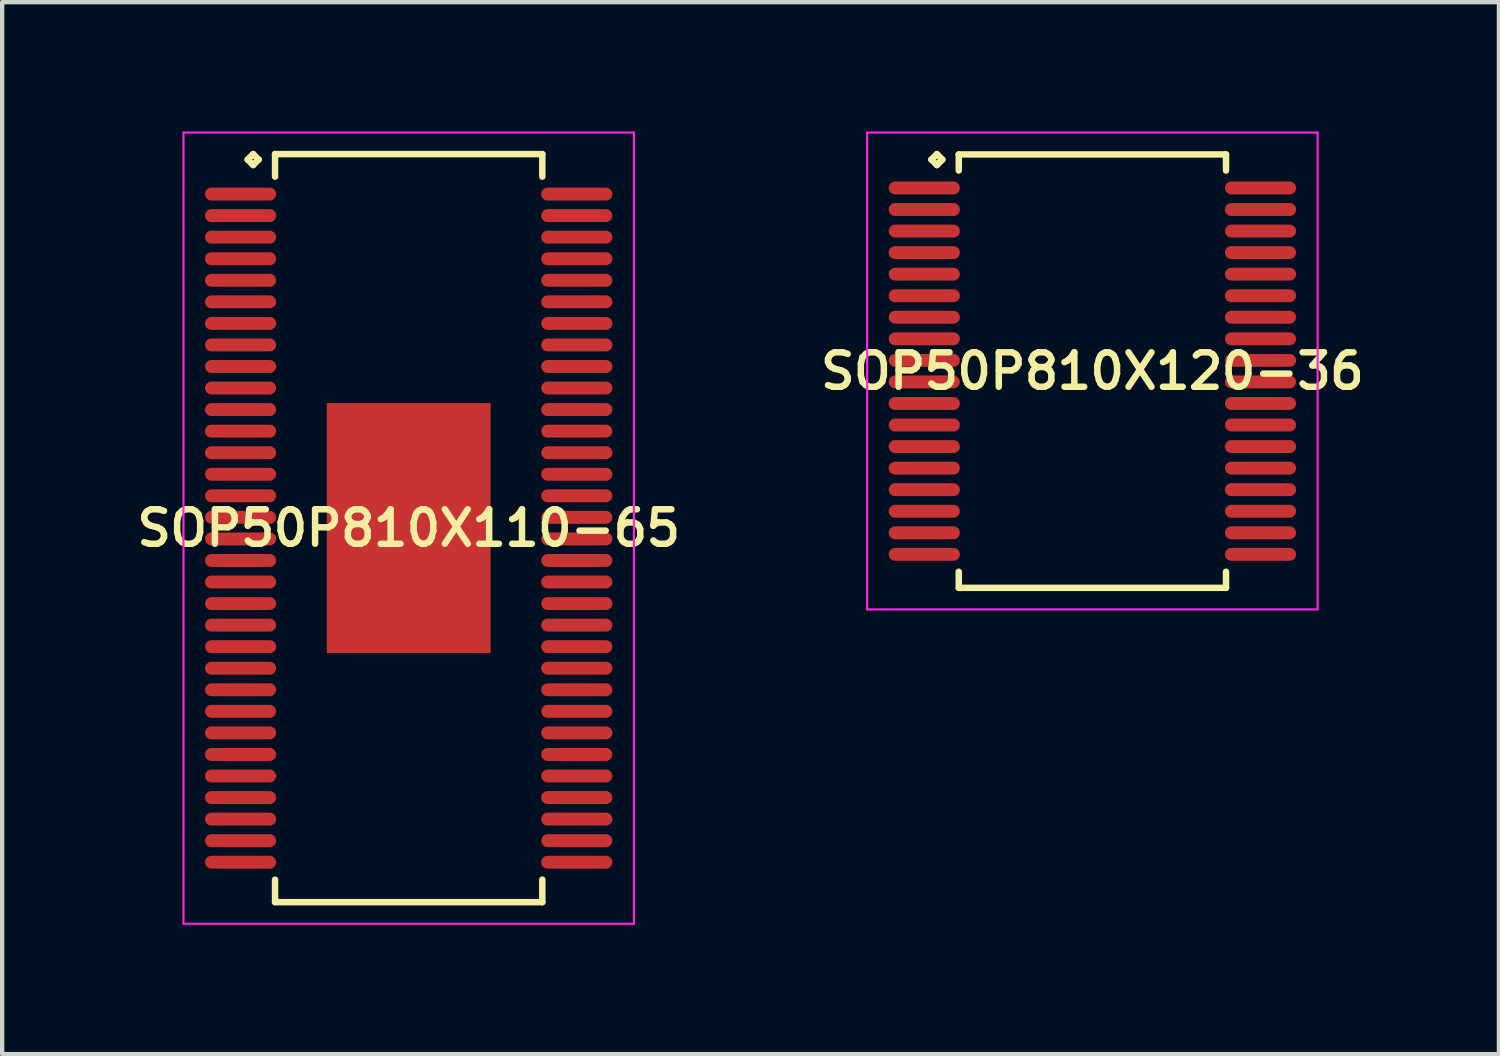
<source format=kicad_pcb>
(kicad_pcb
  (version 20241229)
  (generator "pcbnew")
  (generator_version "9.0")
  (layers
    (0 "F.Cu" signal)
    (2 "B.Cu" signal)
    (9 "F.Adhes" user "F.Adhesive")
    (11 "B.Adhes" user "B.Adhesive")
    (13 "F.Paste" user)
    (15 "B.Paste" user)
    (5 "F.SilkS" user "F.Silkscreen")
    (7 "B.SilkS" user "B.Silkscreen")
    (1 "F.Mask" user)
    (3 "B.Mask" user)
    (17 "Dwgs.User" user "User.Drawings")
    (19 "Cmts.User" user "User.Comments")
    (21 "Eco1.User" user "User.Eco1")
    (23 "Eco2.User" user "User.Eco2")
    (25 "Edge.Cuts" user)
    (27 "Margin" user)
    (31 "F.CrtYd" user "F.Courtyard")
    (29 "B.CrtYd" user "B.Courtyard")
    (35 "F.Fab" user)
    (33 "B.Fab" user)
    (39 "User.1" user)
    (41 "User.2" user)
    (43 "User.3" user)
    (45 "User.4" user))
  (footprint "SOP50P810X120-36"
    (layer "F.Cu")
    (at 22.292 5.56)
    (property "Reference" "SOP50P810X120-36" (at 0 0 0) (layer "F.SilkS") (effects (font (size 0.8 0.8) (thickness 0.15))))
    (attr smd)
    (fp_line (start -3.735 -4.908) (end -3.608 -5.035) (stroke (width 0.15) (type solid)) (layer "F.SilkS"))
    (fp_line (start -3.608 -5.035) (end -3.481 -4.908) (stroke (width 0.15) (type solid)) (layer "F.SilkS"))
    (fp_line (start -3.608 -4.781) (end -3.735 -4.908) (stroke (width 0.15) (type solid)) (layer "F.SilkS"))
    (fp_line (start -3.481 -4.908) (end -3.608 -4.781) (stroke (width 0.15) (type solid)) (layer "F.SilkS"))
    (fp_line (start -3.1 -5.027) (end 3.1 -5.027) (stroke (width 0.15) (type solid)) (layer "F.SilkS"))
    (fp_line (start -3.1 -4.654) (end -3.1 -5.027) (stroke (width 0.15) (type solid)) (layer "F.SilkS"))
    (fp_line (start -3.1 4.654) (end -3.1 5.027) (stroke (width 0.15) (type solid)) (layer "F.SilkS"))
    (fp_line (start -3.1 5.027) (end 3.1 5.027) (stroke (width 0.15) (type solid)) (layer "F.SilkS"))
    (fp_line (start 3.1 -5.027) (end 3.1 -4.654) (stroke (width 0.15) (type solid)) (layer "F.SilkS"))
    (fp_line (start 3.1 5.027) (end 3.1 4.654) (stroke (width 0.15) (type solid)) (layer "F.SilkS"))
    (fp_line (start -5.225 -5.535) (end 5.225 -5.535) (stroke (width 0.05) (type solid)) (layer "F.CrtYd"))
    (fp_line (start -5.225 5.527) (end -5.225 -5.535) (stroke (width 0.05) (type solid)) (layer "F.CrtYd"))
    (fp_line (start 5.225 -5.535) (end 5.225 5.527) (stroke (width 0.05) (type solid)) (layer "F.CrtYd"))
    (fp_line (start 5.225 5.527) (end -5.225 5.527) (stroke (width 0.05) (type solid)) (layer "F.CrtYd"))
    (pad "1" smd oval (at -3.9 -4.25) (size 1.65 0.3) (layers "F.Cu" "F.Mask" "F.Paste"))
    (pad "2" smd oval (at -3.9 -3.75) (size 1.65 0.3) (layers "F.Cu" "F.Mask" "F.Paste"))
    (pad "3" smd oval (at -3.9 -3.25) (size 1.65 0.3) (layers "F.Cu" "F.Mask" "F.Paste"))
    (pad "4" smd oval (at -3.9 -2.75) (size 1.65 0.3) (layers "F.Cu" "F.Mask" "F.Paste"))
    (pad "5" smd oval (at -3.9 -2.25) (size 1.65 0.3) (layers "F.Cu" "F.Mask" "F.Paste"))
    (pad "6" smd oval (at -3.9 -1.75) (size 1.65 0.3) (layers "F.Cu" "F.Mask" "F.Paste"))
    (pad "7" smd oval (at -3.9 -1.25) (size 1.65 0.3) (layers "F.Cu" "F.Mask" "F.Paste"))
    (pad "8" smd oval (at -3.9 -0.75) (size 1.65 0.3) (layers "F.Cu" "F.Mask" "F.Paste"))
    (pad "9" smd oval (at -3.9 -0.25) (size 1.65 0.3) (layers "F.Cu" "F.Mask" "F.Paste"))
    (pad "10" smd oval (at -3.9 0.25) (size 1.65 0.3) (layers "F.Cu" "F.Mask" "F.Paste"))
    (pad "11" smd oval (at -3.9 0.75) (size 1.65 0.3) (layers "F.Cu" "F.Mask" "F.Paste"))
    (pad "12" smd oval (at -3.9 1.25) (size 1.65 0.3) (layers "F.Cu" "F.Mask" "F.Paste"))
    (pad "13" smd oval (at -3.9 1.75) (size 1.65 0.3) (layers "F.Cu" "F.Mask" "F.Paste"))
    (pad "14" smd oval (at -3.9 2.25) (size 1.65 0.3) (layers "F.Cu" "F.Mask" "F.Paste"))
    (pad "15" smd oval (at -3.9 2.75) (size 1.65 0.3) (layers "F.Cu" "F.Mask" "F.Paste"))
    (pad "16" smd oval (at -3.9 3.25) (size 1.65 0.3) (layers "F.Cu" "F.Mask" "F.Paste"))
    (pad "17" smd oval (at -3.9 3.75) (size 1.65 0.3) (layers "F.Cu" "F.Mask" "F.Paste"))
    (pad "18" smd oval (at -3.9 4.25) (size 1.65 0.3) (layers "F.Cu" "F.Mask" "F.Paste"))
    (pad "19" smd oval (at 3.9 4.25) (size 1.65 0.3) (layers "F.Cu" "F.Mask" "F.Paste"))
    (pad "20" smd oval (at 3.9 3.75) (size 1.65 0.3) (layers "F.Cu" "F.Mask" "F.Paste"))
    (pad "21" smd oval (at 3.9 3.25) (size 1.65 0.3) (layers "F.Cu" "F.Mask" "F.Paste"))
    (pad "22" smd oval (at 3.9 2.75) (size 1.65 0.3) (layers "F.Cu" "F.Mask" "F.Paste"))
    (pad "23" smd oval (at 3.9 2.25) (size 1.65 0.3) (layers "F.Cu" "F.Mask" "F.Paste"))
    (pad "24" smd oval (at 3.9 1.75) (size 1.65 0.3) (layers "F.Cu" "F.Mask" "F.Paste"))
    (pad "25" smd oval (at 3.9 1.25) (size 1.65 0.3) (layers "F.Cu" "F.Mask" "F.Paste"))
    (pad "26" smd oval (at 3.9 0.75) (size 1.65 0.3) (layers "F.Cu" "F.Mask" "F.Paste"))
    (pad "27" smd oval (at 3.9 0.25) (size 1.65 0.3) (layers "F.Cu" "F.Mask" "F.Paste"))
    (pad "28" smd oval (at 3.9 -0.25) (size 1.65 0.3) (layers "F.Cu" "F.Mask" "F.Paste"))
    (pad "29" smd oval (at 3.9 -0.75) (size 1.65 0.3) (layers "F.Cu" "F.Mask" "F.Paste"))
    (pad "30" smd oval (at 3.9 -1.25) (size 1.65 0.3) (layers "F.Cu" "F.Mask" "F.Paste"))
    (pad "31" smd oval (at 3.9 -1.75) (size 1.65 0.3) (layers "F.Cu" "F.Mask" "F.Paste"))
    (pad "32" smd oval (at 3.9 -2.25) (size 1.65 0.3) (layers "F.Cu" "F.Mask" "F.Paste"))
    (pad "33" smd oval (at 3.9 -2.75) (size 1.65 0.3) (layers "F.Cu" "F.Mask" "F.Paste"))
    (pad "34" smd oval (at 3.9 -3.25) (size 1.65 0.3) (layers "F.Cu" "F.Mask" "F.Paste"))
    (pad "35" smd oval (at 3.9 -3.75) (size 1.65 0.3) (layers "F.Cu" "F.Mask" "F.Paste"))
    (pad "36" smd oval (at 3.9 -4.25) (size 1.65 0.3) (layers "F.Cu" "F.Mask" "F.Paste")))
  (footprint "SOP50P810X110-65"
    (layer "F.Cu")
    (at 6.431 9.202)
    (property "Reference" "SOP50P810X110-65" (at 0 0 0) (layer "F.SilkS") (effects (font (size 0.8 0.8) (thickness 0.15))))
    (attr smd)
    (fp_line (start -3.735 -8.55) (end -3.608 -8.677) (stroke (width 0.15) (type solid)) (layer "F.SilkS"))
    (fp_line (start -3.608 -8.677) (end -3.481 -8.55) (stroke (width 0.15) (type solid)) (layer "F.SilkS"))
    (fp_line (start -3.608 -8.423) (end -3.735 -8.55) (stroke (width 0.15) (type solid)) (layer "F.SilkS"))
    (fp_line (start -3.481 -8.55) (end -3.608 -8.423) (stroke (width 0.15) (type solid)) (layer "F.SilkS"))
    (fp_line (start -3.1 -8.677) (end 3.1 -8.677) (stroke (width 0.15) (type solid)) (layer "F.SilkS"))
    (fp_line (start -3.1 -8.154) (end -3.1 -8.677) (stroke (width 0.15) (type solid)) (layer "F.SilkS"))
    (fp_line (start -3.1 8.154) (end -3.1 8.677) (stroke (width 0.15) (type solid)) (layer "F.SilkS"))
    (fp_line (start -3.1 8.677) (end 3.1 8.677) (stroke (width 0.15) (type solid)) (layer "F.SilkS"))
    (fp_line (start 3.1 -8.677) (end 3.1 -8.154) (stroke (width 0.15) (type solid)) (layer "F.SilkS"))
    (fp_line (start 3.1 8.677) (end 3.1 8.154) (stroke (width 0.15) (type solid)) (layer "F.SilkS"))
    (fp_line (start -5.225 -9.177) (end 5.225 -9.177) (stroke (width 0.05) (type solid)) (layer "F.CrtYd"))
    (fp_line (start -5.225 9.177) (end -5.225 -9.177) (stroke (width 0.05) (type solid)) (layer "F.CrtYd"))
    (fp_line (start 5.225 -9.177) (end 5.225 9.177) (stroke (width 0.05) (type solid)) (layer "F.CrtYd"))
    (fp_line (start 5.225 9.177) (end -5.225 9.177) (stroke (width 0.05) (type solid)) (layer "F.CrtYd"))
    (pad "1" smd oval (at -3.9 -7.75) (size 1.65 0.3) (layers "F.Cu" "F.Mask" "F.Paste"))
    (pad "2" smd oval (at -3.9 -7.25) (size 1.65 0.3) (layers "F.Cu" "F.Mask" "F.Paste"))
    (pad "3" smd oval (at -3.9 -6.75) (size 1.65 0.3) (layers "F.Cu" "F.Mask" "F.Paste"))
    (pad "4" smd oval (at -3.9 -6.25) (size 1.65 0.3) (layers "F.Cu" "F.Mask" "F.Paste"))
    (pad "5" smd oval (at -3.9 -5.75) (size 1.65 0.3) (layers "F.Cu" "F.Mask" "F.Paste"))
    (pad "6" smd oval (at -3.9 -5.25) (size 1.65 0.3) (layers "F.Cu" "F.Mask" "F.Paste"))
    (pad "7" smd oval (at -3.9 -4.75) (size 1.65 0.3) (layers "F.Cu" "F.Mask" "F.Paste"))
    (pad "8" smd oval (at -3.9 -4.25) (size 1.65 0.3) (layers "F.Cu" "F.Mask" "F.Paste"))
    (pad "9" smd oval (at -3.9 -3.75) (size 1.65 0.3) (layers "F.Cu" "F.Mask" "F.Paste"))
    (pad "10" smd oval (at -3.9 -3.25) (size 1.65 0.3) (layers "F.Cu" "F.Mask" "F.Paste"))
    (pad "11" smd oval (at -3.9 -2.75) (size 1.65 0.3) (layers "F.Cu" "F.Mask" "F.Paste"))
    (pad "12" smd oval (at -3.9 -2.25) (size 1.65 0.3) (layers "F.Cu" "F.Mask" "F.Paste"))
    (pad "13" smd oval (at -3.9 -1.75) (size 1.65 0.3) (layers "F.Cu" "F.Mask" "F.Paste"))
    (pad "14" smd oval (at -3.9 -1.25) (size 1.65 0.3) (layers "F.Cu" "F.Mask" "F.Paste"))
    (pad "15" smd oval (at -3.9 -0.75) (size 1.65 0.3) (layers "F.Cu" "F.Mask" "F.Paste"))
    (pad "16" smd oval (at -3.9 -0.25) (size 1.65 0.3) (layers "F.Cu" "F.Mask" "F.Paste"))
    (pad "17" smd oval (at -3.9 0.25) (size 1.65 0.3) (layers "F.Cu" "F.Mask" "F.Paste"))
    (pad "18" smd oval (at -3.9 0.75) (size 1.65 0.3) (layers "F.Cu" "F.Mask" "F.Paste"))
    (pad "19" smd oval (at -3.9 1.25) (size 1.65 0.3) (layers "F.Cu" "F.Mask" "F.Paste"))
    (pad "20" smd oval (at -3.9 1.75) (size 1.65 0.3) (layers "F.Cu" "F.Mask" "F.Paste"))
    (pad "21" smd oval (at -3.9 2.25) (size 1.65 0.3) (layers "F.Cu" "F.Mask" "F.Paste"))
    (pad "22" smd oval (at -3.9 2.75) (size 1.65 0.3) (layers "F.Cu" "F.Mask" "F.Paste"))
    (pad "23" smd oval (at -3.9 3.25) (size 1.65 0.3) (layers "F.Cu" "F.Mask" "F.Paste"))
    (pad "24" smd oval (at -3.9 3.75) (size 1.65 0.3) (layers "F.Cu" "F.Mask" "F.Paste"))
    (pad "25" smd oval (at -3.9 4.25) (size 1.65 0.3) (layers "F.Cu" "F.Mask" "F.Paste"))
    (pad "26" smd oval (at -3.9 4.75) (size 1.65 0.3) (layers "F.Cu" "F.Mask" "F.Paste"))
    (pad "27" smd oval (at -3.9 5.25) (size 1.65 0.3) (layers "F.Cu" "F.Mask" "F.Paste"))
    (pad "28" smd oval (at -3.9 5.75) (size 1.65 0.3) (layers "F.Cu" "F.Mask" "F.Paste"))
    (pad "29" smd oval (at -3.9 6.25) (size 1.65 0.3) (layers "F.Cu" "F.Mask" "F.Paste"))
    (pad "30" smd oval (at -3.9 6.75) (size 1.65 0.3) (layers "F.Cu" "F.Mask" "F.Paste"))
    (pad "31" smd oval (at -3.9 7.25) (size 1.65 0.3) (layers "F.Cu" "F.Mask" "F.Paste"))
    (pad "32" smd oval (at -3.9 7.75) (size 1.65 0.3) (layers "F.Cu" "F.Mask" "F.Paste"))
    (pad "33" smd oval (at 3.9 7.75) (size 1.65 0.3) (layers "F.Cu" "F.Mask" "F.Paste"))
    (pad "34" smd oval (at 3.9 7.25) (size 1.65 0.3) (layers "F.Cu" "F.Mask" "F.Paste"))
    (pad "35" smd oval (at 3.9 6.75) (size 1.65 0.3) (layers "F.Cu" "F.Mask" "F.Paste"))
    (pad "36" smd oval (at 3.9 6.25) (size 1.65 0.3) (layers "F.Cu" "F.Mask" "F.Paste"))
    (pad "37" smd oval (at 3.9 5.75) (size 1.65 0.3) (layers "F.Cu" "F.Mask" "F.Paste"))
    (pad "38" smd oval (at 3.9 5.25) (size 1.65 0.3) (layers "F.Cu" "F.Mask" "F.Paste"))
    (pad "39" smd oval (at 3.9 4.75) (size 1.65 0.3) (layers "F.Cu" "F.Mask" "F.Paste"))
    (pad "40" smd oval (at 3.9 4.25) (size 1.65 0.3) (layers "F.Cu" "F.Mask" "F.Paste"))
    (pad "41" smd oval (at 3.9 3.75) (size 1.65 0.3) (layers "F.Cu" "F.Mask" "F.Paste"))
    (pad "42" smd oval (at 3.9 3.25) (size 1.65 0.3) (layers "F.Cu" "F.Mask" "F.Paste"))
    (pad "43" smd oval (at 3.9 2.75) (size 1.65 0.3) (layers "F.Cu" "F.Mask" "F.Paste"))
    (pad "44" smd oval (at 3.9 2.25) (size 1.65 0.3) (layers "F.Cu" "F.Mask" "F.Paste"))
    (pad "45" smd oval (at 3.9 1.75) (size 1.65 0.3) (layers "F.Cu" "F.Mask" "F.Paste"))
    (pad "46" smd oval (at 3.9 1.25) (size 1.65 0.3) (layers "F.Cu" "F.Mask" "F.Paste"))
    (pad "47" smd oval (at 3.9 0.75) (size 1.65 0.3) (layers "F.Cu" "F.Mask" "F.Paste"))
    (pad "48" smd oval (at 3.9 0.25) (size 1.65 0.3) (layers "F.Cu" "F.Mask" "F.Paste"))
    (pad "49" smd oval (at 3.9 -0.25) (size 1.65 0.3) (layers "F.Cu" "F.Mask" "F.Paste"))
    (pad "50" smd oval (at 3.9 -0.75) (size 1.65 0.3) (layers "F.Cu" "F.Mask" "F.Paste"))
    (pad "51" smd oval (at 3.9 -1.25) (size 1.65 0.3) (layers "F.Cu" "F.Mask" "F.Paste"))
    (pad "52" smd oval (at 3.9 -1.75) (size 1.65 0.3) (layers "F.Cu" "F.Mask" "F.Paste"))
    (pad "53" smd oval (at 3.9 -2.25) (size 1.65 0.3) (layers "F.Cu" "F.Mask" "F.Paste"))
    (pad "54" smd oval (at 3.9 -2.75) (size 1.65 0.3) (layers "F.Cu" "F.Mask" "F.Paste"))
    (pad "55" smd oval (at 3.9 -3.25) (size 1.65 0.3) (layers "F.Cu" "F.Mask" "F.Paste"))
    (pad "56" smd oval (at 3.9 -3.75) (size 1.65 0.3) (layers "F.Cu" "F.Mask" "F.Paste"))
    (pad "57" smd oval (at 3.9 -4.25) (size 1.65 0.3) (layers "F.Cu" "F.Mask" "F.Paste"))
    (pad "58" smd oval (at 3.9 -4.75) (size 1.65 0.3) (layers "F.Cu" "F.Mask" "F.Paste"))
    (pad "59" smd oval (at 3.9 -5.25) (size 1.65 0.3) (layers "F.Cu" "F.Mask" "F.Paste"))
    (pad "60" smd oval (at 3.9 -5.75) (size 1.65 0.3) (layers "F.Cu" "F.Mask" "F.Paste"))
    (pad "61" smd oval (at 3.9 -6.25) (size 1.65 0.3) (layers "F.Cu" "F.Mask" "F.Paste"))
    (pad "62" smd oval (at 3.9 -6.75) (size 1.65 0.3) (layers "F.Cu" "F.Mask" "F.Paste"))
    (pad "63" smd oval (at 3.9 -7.25) (size 1.65 0.3) (layers "F.Cu" "F.Mask" "F.Paste"))
    (pad "64" smd oval (at 3.9 -7.75) (size 1.65 0.3) (layers "F.Cu" "F.Mask" "F.Paste"))
    (pad "65" smd rect (at 0 0) (size 3.8 5.8) (layers "F.Cu" "F.Mask" "F.Paste")))
  (gr_rect
    (start -3 -3)
    (end 31.723 21.404)
    (stroke (width 0.1) (type default))
    (fill no)
    (layer "Edge.Cuts")))
</source>
